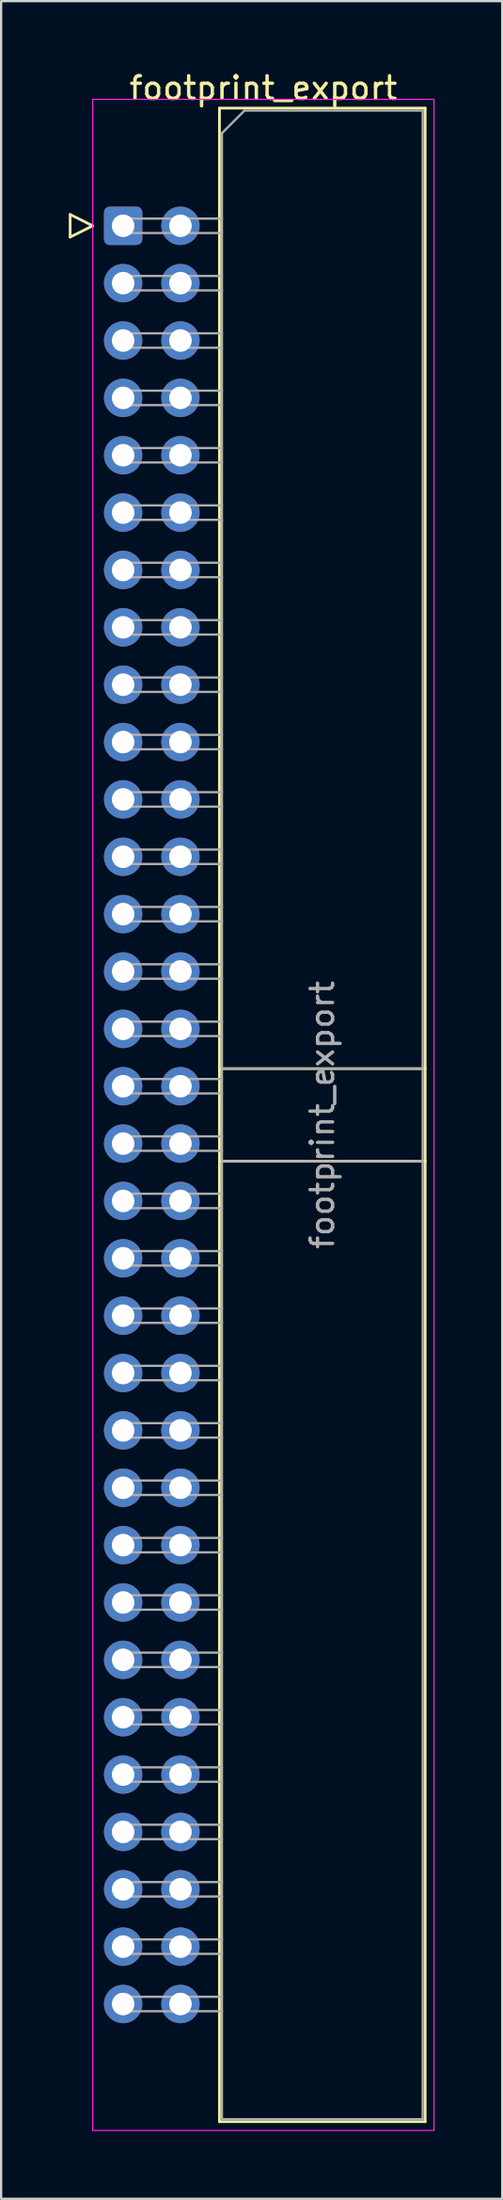
<source format=kicad_pcb>
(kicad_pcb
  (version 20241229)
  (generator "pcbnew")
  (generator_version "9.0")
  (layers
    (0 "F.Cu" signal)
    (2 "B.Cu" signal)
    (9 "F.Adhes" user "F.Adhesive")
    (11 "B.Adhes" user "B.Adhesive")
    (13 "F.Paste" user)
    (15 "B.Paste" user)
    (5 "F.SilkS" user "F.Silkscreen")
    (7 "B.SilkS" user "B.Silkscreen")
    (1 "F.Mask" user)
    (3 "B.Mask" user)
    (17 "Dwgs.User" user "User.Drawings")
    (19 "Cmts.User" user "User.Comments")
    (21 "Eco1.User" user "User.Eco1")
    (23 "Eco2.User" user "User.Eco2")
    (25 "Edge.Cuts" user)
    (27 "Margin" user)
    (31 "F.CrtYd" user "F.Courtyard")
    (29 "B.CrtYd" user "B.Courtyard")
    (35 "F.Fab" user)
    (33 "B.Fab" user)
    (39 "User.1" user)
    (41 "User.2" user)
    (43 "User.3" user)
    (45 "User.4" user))
  (footprint "footprint_export"
    (layer "F.Cu")
    (at 2.41 6.948)
    (property "Reference" "footprint_export" (at 6.215 -6.1 0) (layer "F.SilkS") (effects (font (size 1 1) (thickness 0.15))))
    (attr through_hole)
    (fp_line (start -2.35 -0.5) (end -2.35 0.5) (stroke (width 0.12) (type solid)) (layer "F.SilkS"))
    (fp_line (start -2.35 0.5) (end -1.35 0) (stroke (width 0.12) (type solid)) (layer "F.SilkS"))
    (fp_line (start -1.35 0) (end -2.35 -0.5) (stroke (width 0.12) (type solid)) (layer "F.SilkS"))
    (fp_line (start 4.27 -5.21) (end 13.39 -5.21) (stroke (width 0.12) (type solid)) (layer "F.SilkS"))
    (fp_line (start 4.27 37.32) (end 13.39 37.32) (stroke (width 0.12) (type solid)) (layer "F.SilkS"))
    (fp_line (start 4.27 41.42) (end 13.39 41.42) (stroke (width 0.12) (type solid)) (layer "F.SilkS"))
    (fp_line (start 4.27 83.95) (end 4.27 -5.21) (stroke (width 0.12) (type solid)) (layer "F.SilkS"))
    (fp_line (start 13.39 -5.21) (end 13.39 83.95) (stroke (width 0.12) (type solid)) (layer "F.SilkS"))
    (fp_line (start 13.39 83.95) (end 4.27 83.95) (stroke (width 0.12) (type solid)) (layer "F.SilkS"))
    (fp_line (start -1.35 -5.6) (end -1.35 84.34) (stroke (width 0.05) (type solid)) (layer "F.CrtYd"))
    (fp_line (start -1.35 84.34) (end 13.78 84.34) (stroke (width 0.05) (type solid)) (layer "F.CrtYd"))
    (fp_line (start 13.78 -5.6) (end -1.35 -5.6) (stroke (width 0.05) (type solid)) (layer "F.CrtYd"))
    (fp_line (start 13.78 84.34) (end 13.78 -5.6) (stroke (width 0.05) (type solid)) (layer "F.CrtYd"))
    (fp_line (start -0.32 -0.32) (end -0.32 0.32) (stroke (width 0.1) (type solid)) (layer "F.Fab"))
    (fp_line (start -0.32 0.32) (end 4.38 0.32) (stroke (width 0.1) (type solid)) (layer "F.Fab"))
    (fp_line (start -0.32 2.22) (end -0.32 2.86) (stroke (width 0.1) (type solid)) (layer "F.Fab"))
    (fp_line (start -0.32 2.86) (end 4.38 2.86) (stroke (width 0.1) (type solid)) (layer "F.Fab"))
    (fp_line (start -0.32 4.76) (end -0.32 5.4) (stroke (width 0.1) (type solid)) (layer "F.Fab"))
    (fp_line (start -0.32 5.4) (end 4.38 5.4) (stroke (width 0.1) (type solid)) (layer "F.Fab"))
    (fp_line (start -0.32 7.3) (end -0.32 7.94) (stroke (width 0.1) (type solid)) (layer "F.Fab"))
    (fp_line (start -0.32 7.94) (end 4.38 7.94) (stroke (width 0.1) (type solid)) (layer "F.Fab"))
    (fp_line (start -0.32 9.84) (end -0.32 10.48) (stroke (width 0.1) (type solid)) (layer "F.Fab"))
    (fp_line (start -0.32 10.48) (end 4.38 10.48) (stroke (width 0.1) (type solid)) (layer "F.Fab"))
    (fp_line (start -0.32 12.38) (end -0.32 13.02) (stroke (width 0.1) (type solid)) (layer "F.Fab"))
    (fp_line (start -0.32 13.02) (end 4.38 13.02) (stroke (width 0.1) (type solid)) (layer "F.Fab"))
    (fp_line (start -0.32 14.92) (end -0.32 15.56) (stroke (width 0.1) (type solid)) (layer "F.Fab"))
    (fp_line (start -0.32 15.56) (end 4.38 15.56) (stroke (width 0.1) (type solid)) (layer "F.Fab"))
    (fp_line (start -0.32 17.46) (end -0.32 18.1) (stroke (width 0.1) (type solid)) (layer "F.Fab"))
    (fp_line (start -0.32 18.1) (end 4.38 18.1) (stroke (width 0.1) (type solid)) (layer "F.Fab"))
    (fp_line (start -0.32 20) (end -0.32 20.64) (stroke (width 0.1) (type solid)) (layer "F.Fab"))
    (fp_line (start -0.32 20.64) (end 4.38 20.64) (stroke (width 0.1) (type solid)) (layer "F.Fab"))
    (fp_line (start -0.32 22.54) (end -0.32 23.18) (stroke (width 0.1) (type solid)) (layer "F.Fab"))
    (fp_line (start -0.32 23.18) (end 4.38 23.18) (stroke (width 0.1) (type solid)) (layer "F.Fab"))
    (fp_line (start -0.32 25.08) (end -0.32 25.72) (stroke (width 0.1) (type solid)) (layer "F.Fab"))
    (fp_line (start -0.32 25.72) (end 4.38 25.72) (stroke (width 0.1) (type solid)) (layer "F.Fab"))
    (fp_line (start -0.32 27.62) (end -0.32 28.26) (stroke (width 0.1) (type solid)) (layer "F.Fab"))
    (fp_line (start -0.32 28.26) (end 4.38 28.26) (stroke (width 0.1) (type solid)) (layer "F.Fab"))
    (fp_line (start -0.32 30.16) (end -0.32 30.8) (stroke (width 0.1) (type solid)) (layer "F.Fab"))
    (fp_line (start -0.32 30.8) (end 4.38 30.8) (stroke (width 0.1) (type solid)) (layer "F.Fab"))
    (fp_line (start -0.32 32.7) (end -0.32 33.34) (stroke (width 0.1) (type solid)) (layer "F.Fab"))
    (fp_line (start -0.32 33.34) (end 4.38 33.34) (stroke (width 0.1) (type solid)) (layer "F.Fab"))
    (fp_line (start -0.32 35.24) (end -0.32 35.88) (stroke (width 0.1) (type solid)) (layer "F.Fab"))
    (fp_line (start -0.32 35.88) (end 4.38 35.88) (stroke (width 0.1) (type solid)) (layer "F.Fab"))
    (fp_line (start -0.32 37.78) (end -0.32 38.42) (stroke (width 0.1) (type solid)) (layer "F.Fab"))
    (fp_line (start -0.32 38.42) (end 4.38 38.42) (stroke (width 0.1) (type solid)) (layer "F.Fab"))
    (fp_line (start -0.32 40.32) (end -0.32 40.96) (stroke (width 0.1) (type solid)) (layer "F.Fab"))
    (fp_line (start -0.32 40.96) (end 4.38 40.96) (stroke (width 0.1) (type solid)) (layer "F.Fab"))
    (fp_line (start -0.32 42.86) (end -0.32 43.5) (stroke (width 0.1) (type solid)) (layer "F.Fab"))
    (fp_line (start -0.32 43.5) (end 4.38 43.5) (stroke (width 0.1) (type solid)) (layer "F.Fab"))
    (fp_line (start -0.32 45.4) (end -0.32 46.04) (stroke (width 0.1) (type solid)) (layer "F.Fab"))
    (fp_line (start -0.32 46.04) (end 4.38 46.04) (stroke (width 0.1) (type solid)) (layer "F.Fab"))
    (fp_line (start -0.32 47.94) (end -0.32 48.58) (stroke (width 0.1) (type solid)) (layer "F.Fab"))
    (fp_line (start -0.32 48.58) (end 4.38 48.58) (stroke (width 0.1) (type solid)) (layer "F.Fab"))
    (fp_line (start -0.32 50.48) (end -0.32 51.12) (stroke (width 0.1) (type solid)) (layer "F.Fab"))
    (fp_line (start -0.32 51.12) (end 4.38 51.12) (stroke (width 0.1) (type solid)) (layer "F.Fab"))
    (fp_line (start -0.32 53.02) (end -0.32 53.66) (stroke (width 0.1) (type solid)) (layer "F.Fab"))
    (fp_line (start -0.32 53.66) (end 4.38 53.66) (stroke (width 0.1) (type solid)) (layer "F.Fab"))
    (fp_line (start -0.32 55.56) (end -0.32 56.2) (stroke (width 0.1) (type solid)) (layer "F.Fab"))
    (fp_line (start -0.32 56.2) (end 4.38 56.2) (stroke (width 0.1) (type solid)) (layer "F.Fab"))
    (fp_line (start -0.32 58.1) (end -0.32 58.74) (stroke (width 0.1) (type solid)) (layer "F.Fab"))
    (fp_line (start -0.32 58.74) (end 4.38 58.74) (stroke (width 0.1) (type solid)) (layer "F.Fab"))
    (fp_line (start -0.32 60.64) (end -0.32 61.28) (stroke (width 0.1) (type solid)) (layer "F.Fab"))
    (fp_line (start -0.32 61.28) (end 4.38 61.28) (stroke (width 0.1) (type solid)) (layer "F.Fab"))
    (fp_line (start -0.32 63.18) (end -0.32 63.82) (stroke (width 0.1) (type solid)) (layer "F.Fab"))
    (fp_line (start -0.32 63.82) (end 4.38 63.82) (stroke (width 0.1) (type solid)) (layer "F.Fab"))
    (fp_line (start -0.32 65.72) (end -0.32 66.36) (stroke (width 0.1) (type solid)) (layer "F.Fab"))
    (fp_line (start -0.32 66.36) (end 4.38 66.36) (stroke (width 0.1) (type solid)) (layer "F.Fab"))
    (fp_line (start -0.32 68.26) (end -0.32 68.9) (stroke (width 0.1) (type solid)) (layer "F.Fab"))
    (fp_line (start -0.32 68.9) (end 4.38 68.9) (stroke (width 0.1) (type solid)) (layer "F.Fab"))
    (fp_line (start -0.32 70.8) (end -0.32 71.44) (stroke (width 0.1) (type solid)) (layer "F.Fab"))
    (fp_line (start -0.32 71.44) (end 4.38 71.44) (stroke (width 0.1) (type solid)) (layer "F.Fab"))
    (fp_line (start -0.32 73.34) (end -0.32 73.98) (stroke (width 0.1) (type solid)) (layer "F.Fab"))
    (fp_line (start -0.32 73.98) (end 4.38 73.98) (stroke (width 0.1) (type solid)) (layer "F.Fab"))
    (fp_line (start -0.32 75.88) (end -0.32 76.52) (stroke (width 0.1) (type solid)) (layer "F.Fab"))
    (fp_line (start -0.32 76.52) (end 4.38 76.52) (stroke (width 0.1) (type solid)) (layer "F.Fab"))
    (fp_line (start -0.32 78.42) (end -0.32 79.06) (stroke (width 0.1) (type solid)) (layer "F.Fab"))
    (fp_line (start -0.32 79.06) (end 4.38 79.06) (stroke (width 0.1) (type solid)) (layer "F.Fab"))
    (fp_line (start 4.38 -4.1) (end 5.38 -5.1) (stroke (width 0.1) (type solid)) (layer "F.Fab"))
    (fp_line (start 4.38 -0.32) (end -0.32 -0.32) (stroke (width 0.1) (type solid)) (layer "F.Fab"))
    (fp_line (start 4.38 2.22) (end -0.32 2.22) (stroke (width 0.1) (type solid)) (layer "F.Fab"))
    (fp_line (start 4.38 4.76) (end -0.32 4.76) (stroke (width 0.1) (type solid)) (layer "F.Fab"))
    (fp_line (start 4.38 7.3) (end -0.32 7.3) (stroke (width 0.1) (type solid)) (layer "F.Fab"))
    (fp_line (start 4.38 9.84) (end -0.32 9.84) (stroke (width 0.1) (type solid)) (layer "F.Fab"))
    (fp_line (start 4.38 12.38) (end -0.32 12.38) (stroke (width 0.1) (type solid)) (layer "F.Fab"))
    (fp_line (start 4.38 14.92) (end -0.32 14.92) (stroke (width 0.1) (type solid)) (layer "F.Fab"))
    (fp_line (start 4.38 17.46) (end -0.32 17.46) (stroke (width 0.1) (type solid)) (layer "F.Fab"))
    (fp_line (start 4.38 20) (end -0.32 20) (stroke (width 0.1) (type solid)) (layer "F.Fab"))
    (fp_line (start 4.38 22.54) (end -0.32 22.54) (stroke (width 0.1) (type solid)) (layer "F.Fab"))
    (fp_line (start 4.38 25.08) (end -0.32 25.08) (stroke (width 0.1) (type solid)) (layer "F.Fab"))
    (fp_line (start 4.38 27.62) (end -0.32 27.62) (stroke (width 0.1) (type solid)) (layer "F.Fab"))
    (fp_line (start 4.38 30.16) (end -0.32 30.16) (stroke (width 0.1) (type solid)) (layer "F.Fab"))
    (fp_line (start 4.38 32.7) (end -0.32 32.7) (stroke (width 0.1) (type solid)) (layer "F.Fab"))
    (fp_line (start 4.38 35.24) (end -0.32 35.24) (stroke (width 0.1) (type solid)) (layer "F.Fab"))
    (fp_line (start 4.38 37.32) (end 13.28 37.32) (stroke (width 0.1) (type solid)) (layer "F.Fab"))
    (fp_line (start 4.38 37.78) (end -0.32 37.78) (stroke (width 0.1) (type solid)) (layer "F.Fab"))
    (fp_line (start 4.38 40.32) (end -0.32 40.32) (stroke (width 0.1) (type solid)) (layer "F.Fab"))
    (fp_line (start 4.38 41.42) (end 13.28 41.42) (stroke (width 0.1) (type solid)) (layer "F.Fab"))
    (fp_line (start 4.38 42.86) (end -0.32 42.86) (stroke (width 0.1) (type solid)) (layer "F.Fab"))
    (fp_line (start 4.38 45.4) (end -0.32 45.4) (stroke (width 0.1) (type solid)) (layer "F.Fab"))
    (fp_line (start 4.38 47.94) (end -0.32 47.94) (stroke (width 0.1) (type solid)) (layer "F.Fab"))
    (fp_line (start 4.38 50.48) (end -0.32 50.48) (stroke (width 0.1) (type solid)) (layer "F.Fab"))
    (fp_line (start 4.38 53.02) (end -0.32 53.02) (stroke (width 0.1) (type solid)) (layer "F.Fab"))
    (fp_line (start 4.38 55.56) (end -0.32 55.56) (stroke (width 0.1) (type solid)) (layer "F.Fab"))
    (fp_line (start 4.38 58.1) (end -0.32 58.1) (stroke (width 0.1) (type solid)) (layer "F.Fab"))
    (fp_line (start 4.38 60.64) (end -0.32 60.64) (stroke (width 0.1) (type solid)) (layer "F.Fab"))
    (fp_line (start 4.38 63.18) (end -0.32 63.18) (stroke (width 0.1) (type solid)) (layer "F.Fab"))
    (fp_line (start 4.38 65.72) (end -0.32 65.72) (stroke (width 0.1) (type solid)) (layer "F.Fab"))
    (fp_line (start 4.38 68.26) (end -0.32 68.26) (stroke (width 0.1) (type solid)) (layer "F.Fab"))
    (fp_line (start 4.38 70.8) (end -0.32 70.8) (stroke (width 0.1) (type solid)) (layer "F.Fab"))
    (fp_line (start 4.38 73.34) (end -0.32 73.34) (stroke (width 0.1) (type solid)) (layer "F.Fab"))
    (fp_line (start 4.38 75.88) (end -0.32 75.88) (stroke (width 0.1) (type solid)) (layer "F.Fab"))
    (fp_line (start 4.38 78.42) (end -0.32 78.42) (stroke (width 0.1) (type solid)) (layer "F.Fab"))
    (fp_line (start 4.38 83.84) (end 4.38 -4.1) (stroke (width 0.1) (type solid)) (layer "F.Fab"))
    (fp_line (start 5.38 -5.1) (end 13.28 -5.1) (stroke (width 0.1) (type solid)) (layer "F.Fab"))
    (fp_line (start 13.28 -5.1) (end 13.28 83.84) (stroke (width 0.1) (type solid)) (layer "F.Fab"))
    (fp_line (start 13.28 83.84) (end 4.38 83.84) (stroke (width 0.1) (type solid)) (layer "F.Fab"))
    (fp_text user "${REFERENCE}" (at 8.83 39.37 90) (layer "F.Fab") (effects (font (size 1 1) (thickness 0.15))))
    (pad "1" thru_hole roundrect (at 0 0) (size 1.7 1.7) (drill 1) (layers "*.Cu" "*.Mask") (roundrect_rratio 0.147))
    (pad "2" thru_hole circle (at 2.54 0) (size 1.7 1.7) (drill 1) (layers "*.Cu" "*.Mask"))
    (pad "3" thru_hole circle (at 0 2.54) (size 1.7 1.7) (drill 1) (layers "*.Cu" "*.Mask"))
    (pad "4" thru_hole circle (at 2.54 2.54) (size 1.7 1.7) (drill 1) (layers "*.Cu" "*.Mask"))
    (pad "5" thru_hole circle (at 0 5.08) (size 1.7 1.7) (drill 1) (layers "*.Cu" "*.Mask"))
    (pad "6" thru_hole circle (at 2.54 5.08) (size 1.7 1.7) (drill 1) (layers "*.Cu" "*.Mask"))
    (pad "7" thru_hole circle (at 0 7.62) (size 1.7 1.7) (drill 1) (layers "*.Cu" "*.Mask"))
    (pad "8" thru_hole circle (at 2.54 7.62) (size 1.7 1.7) (drill 1) (layers "*.Cu" "*.Mask"))
    (pad "9" thru_hole circle (at 0 10.16) (size 1.7 1.7) (drill 1) (layers "*.Cu" "*.Mask"))
    (pad "10" thru_hole circle (at 2.54 10.16) (size 1.7 1.7) (drill 1) (layers "*.Cu" "*.Mask"))
    (pad "11" thru_hole circle (at 0 12.7) (size 1.7 1.7) (drill 1) (layers "*.Cu" "*.Mask"))
    (pad "12" thru_hole circle (at 2.54 12.7) (size 1.7 1.7) (drill 1) (layers "*.Cu" "*.Mask"))
    (pad "13" thru_hole circle (at 0 15.24) (size 1.7 1.7) (drill 1) (layers "*.Cu" "*.Mask"))
    (pad "14" thru_hole circle (at 2.54 15.24) (size 1.7 1.7) (drill 1) (layers "*.Cu" "*.Mask"))
    (pad "15" thru_hole circle (at 0 17.78) (size 1.7 1.7) (drill 1) (layers "*.Cu" "*.Mask"))
    (pad "16" thru_hole circle (at 2.54 17.78) (size 1.7 1.7) (drill 1) (layers "*.Cu" "*.Mask"))
    (pad "17" thru_hole circle (at 0 20.32) (size 1.7 1.7) (drill 1) (layers "*.Cu" "*.Mask"))
    (pad "18" thru_hole circle (at 2.54 20.32) (size 1.7 1.7) (drill 1) (layers "*.Cu" "*.Mask"))
    (pad "19" thru_hole circle (at 0 22.86) (size 1.7 1.7) (drill 1) (layers "*.Cu" "*.Mask"))
    (pad "20" thru_hole circle (at 2.54 22.86) (size 1.7 1.7) (drill 1) (layers "*.Cu" "*.Mask"))
    (pad "21" thru_hole circle (at 0 25.4) (size 1.7 1.7) (drill 1) (layers "*.Cu" "*.Mask"))
    (pad "22" thru_hole circle (at 2.54 25.4) (size 1.7 1.7) (drill 1) (layers "*.Cu" "*.Mask"))
    (pad "23" thru_hole circle (at 0 27.94) (size 1.7 1.7) (drill 1) (layers "*.Cu" "*.Mask"))
    (pad "24" thru_hole circle (at 2.54 27.94) (size 1.7 1.7) (drill 1) (layers "*.Cu" "*.Mask"))
    (pad "25" thru_hole circle (at 0 30.48) (size 1.7 1.7) (drill 1) (layers "*.Cu" "*.Mask"))
    (pad "26" thru_hole circle (at 2.54 30.48) (size 1.7 1.7) (drill 1) (layers "*.Cu" "*.Mask"))
    (pad "27" thru_hole circle (at 0 33.02) (size 1.7 1.7) (drill 1) (layers "*.Cu" "*.Mask"))
    (pad "28" thru_hole circle (at 2.54 33.02) (size 1.7 1.7) (drill 1) (layers "*.Cu" "*.Mask"))
    (pad "29" thru_hole circle (at 0 35.56) (size 1.7 1.7) (drill 1) (layers "*.Cu" "*.Mask"))
    (pad "30" thru_hole circle (at 2.54 35.56) (size 1.7 1.7) (drill 1) (layers "*.Cu" "*.Mask"))
    (pad "31" thru_hole circle (at 0 38.1) (size 1.7 1.7) (drill 1) (layers "*.Cu" "*.Mask"))
    (pad "32" thru_hole circle (at 2.54 38.1) (size 1.7 1.7) (drill 1) (layers "*.Cu" "*.Mask"))
    (pad "33" thru_hole circle (at 0 40.64) (size 1.7 1.7) (drill 1) (layers "*.Cu" "*.Mask"))
    (pad "34" thru_hole circle (at 2.54 40.64) (size 1.7 1.7) (drill 1) (layers "*.Cu" "*.Mask"))
    (pad "35" thru_hole circle (at 0 43.18) (size 1.7 1.7) (drill 1) (layers "*.Cu" "*.Mask"))
    (pad "36" thru_hole circle (at 2.54 43.18) (size 1.7 1.7) (drill 1) (layers "*.Cu" "*.Mask"))
    (pad "37" thru_hole circle (at 0 45.72) (size 1.7 1.7) (drill 1) (layers "*.Cu" "*.Mask"))
    (pad "38" thru_hole circle (at 2.54 45.72) (size 1.7 1.7) (drill 1) (layers "*.Cu" "*.Mask"))
    (pad "39" thru_hole circle (at 0 48.26) (size 1.7 1.7) (drill 1) (layers "*.Cu" "*.Mask"))
    (pad "40" thru_hole circle (at 2.54 48.26) (size 1.7 1.7) (drill 1) (layers "*.Cu" "*.Mask"))
    (pad "41" thru_hole circle (at 0 50.8) (size 1.7 1.7) (drill 1) (layers "*.Cu" "*.Mask"))
    (pad "42" thru_hole circle (at 2.54 50.8) (size 1.7 1.7) (drill 1) (layers "*.Cu" "*.Mask"))
    (pad "43" thru_hole circle (at 0 53.34) (size 1.7 1.7) (drill 1) (layers "*.Cu" "*.Mask"))
    (pad "44" thru_hole circle (at 2.54 53.34) (size 1.7 1.7) (drill 1) (layers "*.Cu" "*.Mask"))
    (pad "45" thru_hole circle (at 0 55.88) (size 1.7 1.7) (drill 1) (layers "*.Cu" "*.Mask"))
    (pad "46" thru_hole circle (at 2.54 55.88) (size 1.7 1.7) (drill 1) (layers "*.Cu" "*.Mask"))
    (pad "47" thru_hole circle (at 0 58.42) (size 1.7 1.7) (drill 1) (layers "*.Cu" "*.Mask"))
    (pad "48" thru_hole circle (at 2.54 58.42) (size 1.7 1.7) (drill 1) (layers "*.Cu" "*.Mask"))
    (pad "49" thru_hole circle (at 0 60.96) (size 1.7 1.7) (drill 1) (layers "*.Cu" "*.Mask"))
    (pad "50" thru_hole circle (at 2.54 60.96) (size 1.7 1.7) (drill 1) (layers "*.Cu" "*.Mask"))
    (pad "51" thru_hole circle (at 0 63.5) (size 1.7 1.7) (drill 1) (layers "*.Cu" "*.Mask"))
    (pad "52" thru_hole circle (at 2.54 63.5) (size 1.7 1.7) (drill 1) (layers "*.Cu" "*.Mask"))
    (pad "53" thru_hole circle (at 0 66.04) (size 1.7 1.7) (drill 1) (layers "*.Cu" "*.Mask"))
    (pad "54" thru_hole circle (at 2.54 66.04) (size 1.7 1.7) (drill 1) (layers "*.Cu" "*.Mask"))
    (pad "55" thru_hole circle (at 0 68.58) (size 1.7 1.7) (drill 1) (layers "*.Cu" "*.Mask"))
    (pad "56" thru_hole circle (at 2.54 68.58) (size 1.7 1.7) (drill 1) (layers "*.Cu" "*.Mask"))
    (pad "57" thru_hole circle (at 0 71.12) (size 1.7 1.7) (drill 1) (layers "*.Cu" "*.Mask"))
    (pad "58" thru_hole circle (at 2.54 71.12) (size 1.7 1.7) (drill 1) (layers "*.Cu" "*.Mask"))
    (pad "59" thru_hole circle (at 0 73.66) (size 1.7 1.7) (drill 1) (layers "*.Cu" "*.Mask"))
    (pad "60" thru_hole circle (at 2.54 73.66) (size 1.7 1.7) (drill 1) (layers "*.Cu" "*.Mask"))
    (pad "61" thru_hole circle (at 0 76.2) (size 1.7 1.7) (drill 1) (layers "*.Cu" "*.Mask"))
    (pad "62" thru_hole circle (at 2.54 76.2) (size 1.7 1.7) (drill 1) (layers "*.Cu" "*.Mask"))
    (pad "63" thru_hole circle (at 0 78.74) (size 1.7 1.7) (drill 1) (layers "*.Cu" "*.Mask"))
    (pad "64" thru_hole circle (at 2.54 78.74) (size 1.7 1.7) (drill 1) (layers "*.Cu" "*.Mask")))
  (gr_rect
    (start -3 -3)
    (end 19.215 94.313)
    (stroke (width 0.1) (type default))
    (fill no)
    (layer "Edge.Cuts")))
</source>
